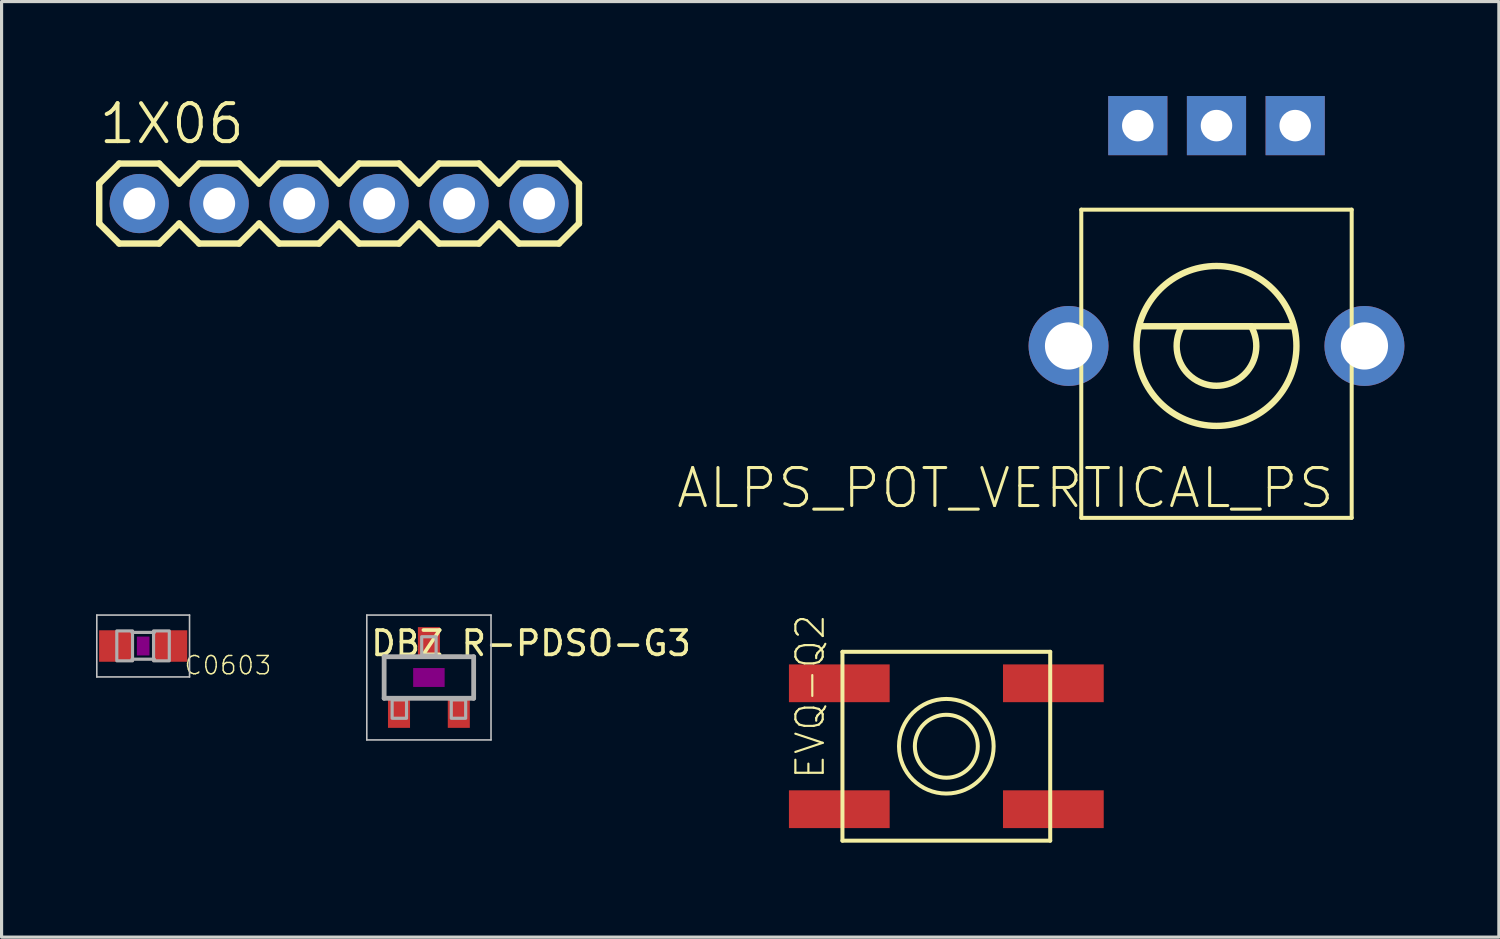
<source format=kicad_pcb>
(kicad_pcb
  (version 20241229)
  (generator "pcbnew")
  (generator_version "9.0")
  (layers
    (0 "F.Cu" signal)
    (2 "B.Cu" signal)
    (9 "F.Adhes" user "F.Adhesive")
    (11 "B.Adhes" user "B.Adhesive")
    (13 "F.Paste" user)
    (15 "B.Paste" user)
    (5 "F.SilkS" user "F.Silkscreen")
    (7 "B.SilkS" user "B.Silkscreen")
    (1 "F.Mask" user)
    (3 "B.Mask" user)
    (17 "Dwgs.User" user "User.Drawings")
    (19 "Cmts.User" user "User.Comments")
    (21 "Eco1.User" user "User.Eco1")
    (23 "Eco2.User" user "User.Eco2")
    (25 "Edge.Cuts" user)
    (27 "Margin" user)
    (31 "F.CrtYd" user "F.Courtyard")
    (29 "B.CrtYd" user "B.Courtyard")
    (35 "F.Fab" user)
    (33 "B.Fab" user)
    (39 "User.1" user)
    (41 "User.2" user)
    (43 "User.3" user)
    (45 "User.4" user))
  (footprint "C0603"
    (layer "F.Cu")
    (at 1.498 17.472)
    (property "Reference" "C0603" (at 1.27 0.953 180) (layer "F.SilkS") (effects (font (size 0.579 0.579) (thickness 0.046)) (justify left bottom)))
    (attr through_hole)
    (fp_poly (pts (xy -0.2 0.3) (xy 0.2 0.3) (xy 0.2 -0.3) (xy -0.2 -0.3)) (stroke (width 0) (type solid)) (fill yes) (layer "F.Adhes"))
    (fp_line (start -1.473 -0.983) (end 1.473 -0.983) (stroke (width 0.051) (type solid)) (layer "Dwgs.User"))
    (fp_line (start -1.473 0.983) (end -1.473 -0.983) (stroke (width 0.051) (type solid)) (layer "Dwgs.User"))
    (fp_line (start 1.473 -0.983) (end 1.473 0.983) (stroke (width 0.051) (type solid)) (layer "Dwgs.User"))
    (fp_line (start 1.473 0.983) (end -1.473 0.983) (stroke (width 0.051) (type solid)) (layer "Dwgs.User"))
    (fp_line (start -0.356 -0.432) (end 0.356 -0.432) (stroke (width 0.102) (type solid)) (layer "F.Fab"))
    (fp_line (start -0.356 0.419) (end 0.356 0.419) (stroke (width 0.102) (type solid)) (layer "F.Fab"))
    (fp_poly (pts (xy -0.838 0.47) (xy -0.338 0.47) (xy -0.338 -0.48) (xy -0.838 -0.48)) (stroke (width 0.1) (type solid)) (fill no) (layer "F.Fab"))
    (fp_poly (pts (xy 0.33 0.47) (xy 0.83 0.47) (xy 0.83 -0.48) (xy 0.33 -0.48)) (stroke (width 0.1) (type solid)) (fill no) (layer "F.Fab"))
    (pad "1" smd rect (at -0.85 0) (size 1.1 1) (layers "F.Cu" "F.Mask" "F.Paste"))
    (pad "2" smd rect (at 0.85 0) (size 1.1 1) (layers "F.Cu" "F.Mask" "F.Paste")))
  (footprint "ALPS_POT_VERTICAL_PS"
    (layer "F.Cu")
    (at 35.594 7.94)
    (property "Reference" "ALPS_POT_VERTICAL_PS" (at 3.81 3.81 180) (layer "F.SilkS") (effects (font (size 1.206 1.206) (thickness 0.097)) (justify right top)))
    (attr through_hole)
    (fp_line (start -4.295 -4.33) (end 4.295 -4.33) (stroke (width 0.127) (type solid)) (layer "F.SilkS"))
    (fp_line (start -4.295 5.46) (end -4.295 -4.33) (stroke (width 0.127) (type solid)) (layer "F.SilkS"))
    (fp_line (start -2.45 -0.625) (end 2.425 -0.625) (stroke (width 0.203) (type solid)) (layer "F.SilkS"))
    (fp_line (start -1.1 -0.625) (end 1.1 -0.625) (stroke (width 0.203) (type solid)) (layer "F.SilkS"))
    (fp_line (start 4.295 -4.33) (end 4.295 5.46) (stroke (width 0.127) (type solid)) (layer "F.SilkS"))
    (fp_line (start 4.295 5.46) (end -4.295 5.46) (stroke (width 0.127) (type solid)) (layer "F.SilkS"))
    (fp_arc (start 1.1 -0.625) (mid 0 1.265158) (end -1.1 -0.625) (stroke (width 0.2032) (type solid)) (layer "F.SilkS"))
    (fp_circle (center 0 0) (end 2.54 0) (stroke (width 0.203) (type solid)) (fill no) (layer "F.SilkS"))
    (pad "P$1" thru_hole rect (at -2.5 -7 270) (size 1.88 1.88) (drill 1) (layers "*.Cu" "*.Mask"))
    (pad "P$2" thru_hole rect (at 0 -7 270) (size 1.88 1.88) (drill 1) (layers "*.Cu" "*.Mask"))
    (pad "P$3" thru_hole rect (at 2.5 -7 270) (size 1.88 1.88) (drill 1) (layers "*.Cu" "*.Mask"))
    (pad "P$4" thru_hole circle (at -4.7 0 270) (size 2.54 2.54) (drill 1.5) (layers "*.Cu" "*.Mask"))
    (pad "P$5" thru_hole circle (at 4.7 0 270) (size 2.54 2.54) (drill 1.5) (layers "*.Cu" "*.Mask")))
  (footprint "DBZ_R-PDSO-G3"
    (layer "F.Cu")
    (at 10.575 18.472)
    (property "Reference" "DBZ_R-PDSO-G3" (at -1.905 -0.635 180) (layer "F.SilkS") (effects (font (size 0.772 0.772) (thickness 0.116)) (justify left bottom)))
    (attr through_hole)
    (fp_poly (pts (xy -0.5 0.3) (xy 0.5 0.3) (xy 0.5 -0.3) (xy -0.5 -0.3)) (stroke (width 0) (type solid)) (fill yes) (layer "F.Adhes"))
    (fp_line (start -1.973 -1.983) (end 1.973 -1.983) (stroke (width 0.051) (type solid)) (layer "Dwgs.User"))
    (fp_line (start -1.973 1.983) (end -1.973 -1.983) (stroke (width 0.051) (type solid)) (layer "Dwgs.User"))
    (fp_line (start 1.973 -1.983) (end 1.973 1.983) (stroke (width 0.051) (type solid)) (layer "Dwgs.User"))
    (fp_line (start 1.973 1.983) (end -1.973 1.983) (stroke (width 0.051) (type solid)) (layer "Dwgs.User"))
    (fp_line (start -1.422 -0.66) (end 1.422 -0.66) (stroke (width 0.152) (type solid)) (layer "F.Fab"))
    (fp_line (start -1.422 0.66) (end -1.422 -0.66) (stroke (width 0.152) (type solid)) (layer "F.Fab"))
    (fp_line (start 1.422 -0.66) (end 1.422 0.66) (stroke (width 0.152) (type solid)) (layer "F.Fab"))
    (fp_line (start 1.422 0.66) (end -1.422 0.66) (stroke (width 0.152) (type solid)) (layer "F.Fab"))
    (fp_poly (pts (xy -1.168 1.295) (xy -0.711 1.295) (xy -0.711 0.711) (xy -1.168 0.711)) (stroke (width 0.1) (type solid)) (fill no) (layer "F.Fab"))
    (fp_poly (pts (xy -0.229 -0.711) (xy 0.229 -0.711) (xy 0.229 -1.295) (xy -0.229 -1.295)) (stroke (width 0.1) (type solid)) (fill no) (layer "F.Fab"))
    (fp_poly (pts (xy 0.711 1.295) (xy 1.168 1.295) (xy 1.168 0.711) (xy 0.711 0.711)) (stroke (width 0.1) (type solid)) (fill no) (layer "F.Fab"))
    (pad "1" smd rect (at -0.95 1.1) (size 0.7 1) (layers "F.Cu" "F.Mask" "F.Paste"))
    (pad "2" smd rect (at 0.95 1.1) (size 0.7 1) (layers "F.Cu" "F.Mask" "F.Paste"))
    (pad "3" smd rect (at 0 -1.1) (size 0.7 1) (layers "F.Cu" "F.Mask" "F.Paste")))
  (footprint "1X06"
    (layer "F.Cu")
    (at 1.372 3.416)
    (property "Reference" "1X06" (at -1.346 -1.829 0) (layer "F.SilkS") (effects (font (size 1.206 1.206) (thickness 0.127)) (justify left bottom)))
    (attr through_hole)
    (fp_line (start -1.27 -0.635) (end -1.27 0.635) (stroke (width 0.203) (type solid)) (layer "F.SilkS"))
    (fp_line (start -1.27 0.635) (end -0.635 1.27) (stroke (width 0.203) (type solid)) (layer "F.SilkS"))
    (fp_line (start -0.635 -1.27) (end -1.27 -0.635) (stroke (width 0.203) (type solid)) (layer "F.SilkS"))
    (fp_line (start -0.635 -1.27) (end 0.635 -1.27) (stroke (width 0.203) (type solid)) (layer "F.SilkS"))
    (fp_line (start 0.635 -1.27) (end 1.27 -0.635) (stroke (width 0.203) (type solid)) (layer "F.SilkS"))
    (fp_line (start 0.635 1.27) (end -0.635 1.27) (stroke (width 0.203) (type solid)) (layer "F.SilkS"))
    (fp_line (start 1.27 -0.635) (end 1.905 -1.27) (stroke (width 0.203) (type solid)) (layer "F.SilkS"))
    (fp_line (start 1.27 0.635) (end 0.635 1.27) (stroke (width 0.203) (type solid)) (layer "F.SilkS"))
    (fp_line (start 1.905 -1.27) (end 3.175 -1.27) (stroke (width 0.203) (type solid)) (layer "F.SilkS"))
    (fp_line (start 1.905 1.27) (end 1.27 0.635) (stroke (width 0.203) (type solid)) (layer "F.SilkS"))
    (fp_line (start 3.175 -1.27) (end 3.81 -0.635) (stroke (width 0.203) (type solid)) (layer "F.SilkS"))
    (fp_line (start 3.175 1.27) (end 1.905 1.27) (stroke (width 0.203) (type solid)) (layer "F.SilkS"))
    (fp_line (start 3.81 -0.635) (end 4.445 -1.27) (stroke (width 0.203) (type solid)) (layer "F.SilkS"))
    (fp_line (start 3.81 0.635) (end 3.175 1.27) (stroke (width 0.203) (type solid)) (layer "F.SilkS"))
    (fp_line (start 4.445 -1.27) (end 5.715 -1.27) (stroke (width 0.203) (type solid)) (layer "F.SilkS"))
    (fp_line (start 4.445 1.27) (end 3.81 0.635) (stroke (width 0.203) (type solid)) (layer "F.SilkS"))
    (fp_line (start 5.715 -1.27) (end 6.35 -0.635) (stroke (width 0.203) (type solid)) (layer "F.SilkS"))
    (fp_line (start 5.715 1.27) (end 4.445 1.27) (stroke (width 0.203) (type solid)) (layer "F.SilkS"))
    (fp_line (start 6.35 0.635) (end 5.715 1.27) (stroke (width 0.203) (type solid)) (layer "F.SilkS"))
    (fp_line (start 6.35 0.635) (end 6.985 1.27) (stroke (width 0.203) (type solid)) (layer "F.SilkS"))
    (fp_line (start 6.985 -1.27) (end 6.35 -0.635) (stroke (width 0.203) (type solid)) (layer "F.SilkS"))
    (fp_line (start 6.985 -1.27) (end 8.255 -1.27) (stroke (width 0.203) (type solid)) (layer "F.SilkS"))
    (fp_line (start 8.255 -1.27) (end 8.89 -0.635) (stroke (width 0.203) (type solid)) (layer "F.SilkS"))
    (fp_line (start 8.255 1.27) (end 6.985 1.27) (stroke (width 0.203) (type solid)) (layer "F.SilkS"))
    (fp_line (start 8.89 -0.635) (end 9.525 -1.27) (stroke (width 0.203) (type solid)) (layer "F.SilkS"))
    (fp_line (start 8.89 0.635) (end 8.255 1.27) (stroke (width 0.203) (type solid)) (layer "F.SilkS"))
    (fp_line (start 9.525 -1.27) (end 10.795 -1.27) (stroke (width 0.203) (type solid)) (layer "F.SilkS"))
    (fp_line (start 9.525 1.27) (end 8.89 0.635) (stroke (width 0.203) (type solid)) (layer "F.SilkS"))
    (fp_line (start 10.795 -1.27) (end 11.43 -0.635) (stroke (width 0.203) (type solid)) (layer "F.SilkS"))
    (fp_line (start 10.795 1.27) (end 9.525 1.27) (stroke (width 0.203) (type solid)) (layer "F.SilkS"))
    (fp_line (start 11.43 -0.635) (end 12.065 -1.27) (stroke (width 0.203) (type solid)) (layer "F.SilkS"))
    (fp_line (start 11.43 0.635) (end 10.795 1.27) (stroke (width 0.203) (type solid)) (layer "F.SilkS"))
    (fp_line (start 12.065 -1.27) (end 13.335 -1.27) (stroke (width 0.203) (type solid)) (layer "F.SilkS"))
    (fp_line (start 12.065 1.27) (end 11.43 0.635) (stroke (width 0.203) (type solid)) (layer "F.SilkS"))
    (fp_line (start 13.335 -1.27) (end 13.97 -0.635) (stroke (width 0.203) (type solid)) (layer "F.SilkS"))
    (fp_line (start 13.335 1.27) (end 12.065 1.27) (stroke (width 0.203) (type solid)) (layer "F.SilkS"))
    (fp_line (start 13.97 -0.635) (end 13.97 0.635) (stroke (width 0.203) (type solid)) (layer "F.SilkS"))
    (fp_line (start 13.97 0.635) (end 13.335 1.27) (stroke (width 0.203) (type solid)) (layer "F.SilkS"))
    (fp_poly (pts (xy -0.254 0.254) (xy 0.254 0.254) (xy 0.254 -0.254) (xy -0.254 -0.254)) (stroke (width 0.1) (type solid)) (fill no) (layer "F.Fab"))
    (fp_poly (pts (xy 2.286 0.254) (xy 2.794 0.254) (xy 2.794 -0.254) (xy 2.286 -0.254)) (stroke (width 0.1) (type solid)) (fill no) (layer "F.Fab"))
    (fp_poly (pts (xy 4.826 0.254) (xy 5.334 0.254) (xy 5.334 -0.254) (xy 4.826 -0.254)) (stroke (width 0.1) (type solid)) (fill no) (layer "F.Fab"))
    (fp_poly (pts (xy 7.366 0.254) (xy 7.874 0.254) (xy 7.874 -0.254) (xy 7.366 -0.254)) (stroke (width 0.1) (type solid)) (fill no) (layer "F.Fab"))
    (fp_poly (pts (xy 9.906 0.254) (xy 10.414 0.254) (xy 10.414 -0.254) (xy 9.906 -0.254)) (stroke (width 0.1) (type solid)) (fill no) (layer "F.Fab"))
    (fp_poly (pts (xy 12.446 0.254) (xy 12.954 0.254) (xy 12.954 -0.254) (xy 12.446 -0.254)) (stroke (width 0.1) (type solid)) (fill no) (layer "F.Fab"))
    (pad "1" thru_hole circle (at 0 0 90) (size 1.88 1.88) (drill 1.016) (layers "*.Cu" "*.Mask"))
    (pad "2" thru_hole circle (at 2.54 0 90) (size 1.88 1.88) (drill 1.016) (layers "*.Cu" "*.Mask"))
    (pad "3" thru_hole circle (at 5.08 0 90) (size 1.88 1.88) (drill 1.016) (layers "*.Cu" "*.Mask"))
    (pad "4" thru_hole circle (at 7.62 0 90) (size 1.88 1.88) (drill 1.016) (layers "*.Cu" "*.Mask"))
    (pad "5" thru_hole circle (at 10.16 0 90) (size 1.88 1.88) (drill 1.016) (layers "*.Cu" "*.Mask"))
    (pad "6" thru_hole circle (at 12.7 0 90) (size 1.88 1.88) (drill 1.016) (layers "*.Cu" "*.Mask")))
  (footprint "EVQ-Q2"
    (layer "F.Cu")
    (at 27.012 20.656)
    (property "Reference" "EVQ-Q2" (at -3.817 1.095 90) (layer "F.SilkS") (effects (font (size 0.869 0.869) (thickness 0.069)) (justify left bottom)))
    (attr through_hole)
    (fp_line (start -3.3 -3) (end 3.3 -3) (stroke (width 0.127) (type solid)) (layer "F.SilkS"))
    (fp_line (start -3.3 3) (end -3.3 -3) (stroke (width 0.127) (type solid)) (layer "F.SilkS"))
    (fp_line (start 3.3 -3) (end 3.3 3) (stroke (width 0.127) (type solid)) (layer "F.SilkS"))
    (fp_line (start 3.3 3) (end -3.3 3) (stroke (width 0.127) (type solid)) (layer "F.SilkS"))
    (fp_circle (center 0 0) (end 1 0) (stroke (width 0.127) (type solid)) (fill no) (layer "F.SilkS"))
    (fp_circle (center 0 0) (end 1.503 0) (stroke (width 0.127) (type solid)) (fill no) (layer "F.SilkS"))
    (pad "A" smd rect (at -3.4 2) (size 3.2 1.2) (layers "F.Cu" "F.Mask" "F.Paste"))
    (pad "A'" smd rect (at 3.4 2) (size 3.2 1.2) (layers "F.Cu" "F.Mask" "F.Paste"))
    (pad "B" smd rect (at -3.4 -2) (size 3.2 1.2) (layers "F.Cu" "F.Mask" "F.Paste"))
    (pad "B'" smd rect (at 3.4 -2) (size 3.2 1.2) (layers "F.Cu" "F.Mask" "F.Paste")))
  (gr_rect
    (start -3 -3)
    (end 44.564 26.72)
    (stroke (width 0.1) (type default))
    (fill no)
    (layer "Edge.Cuts")))
</source>
